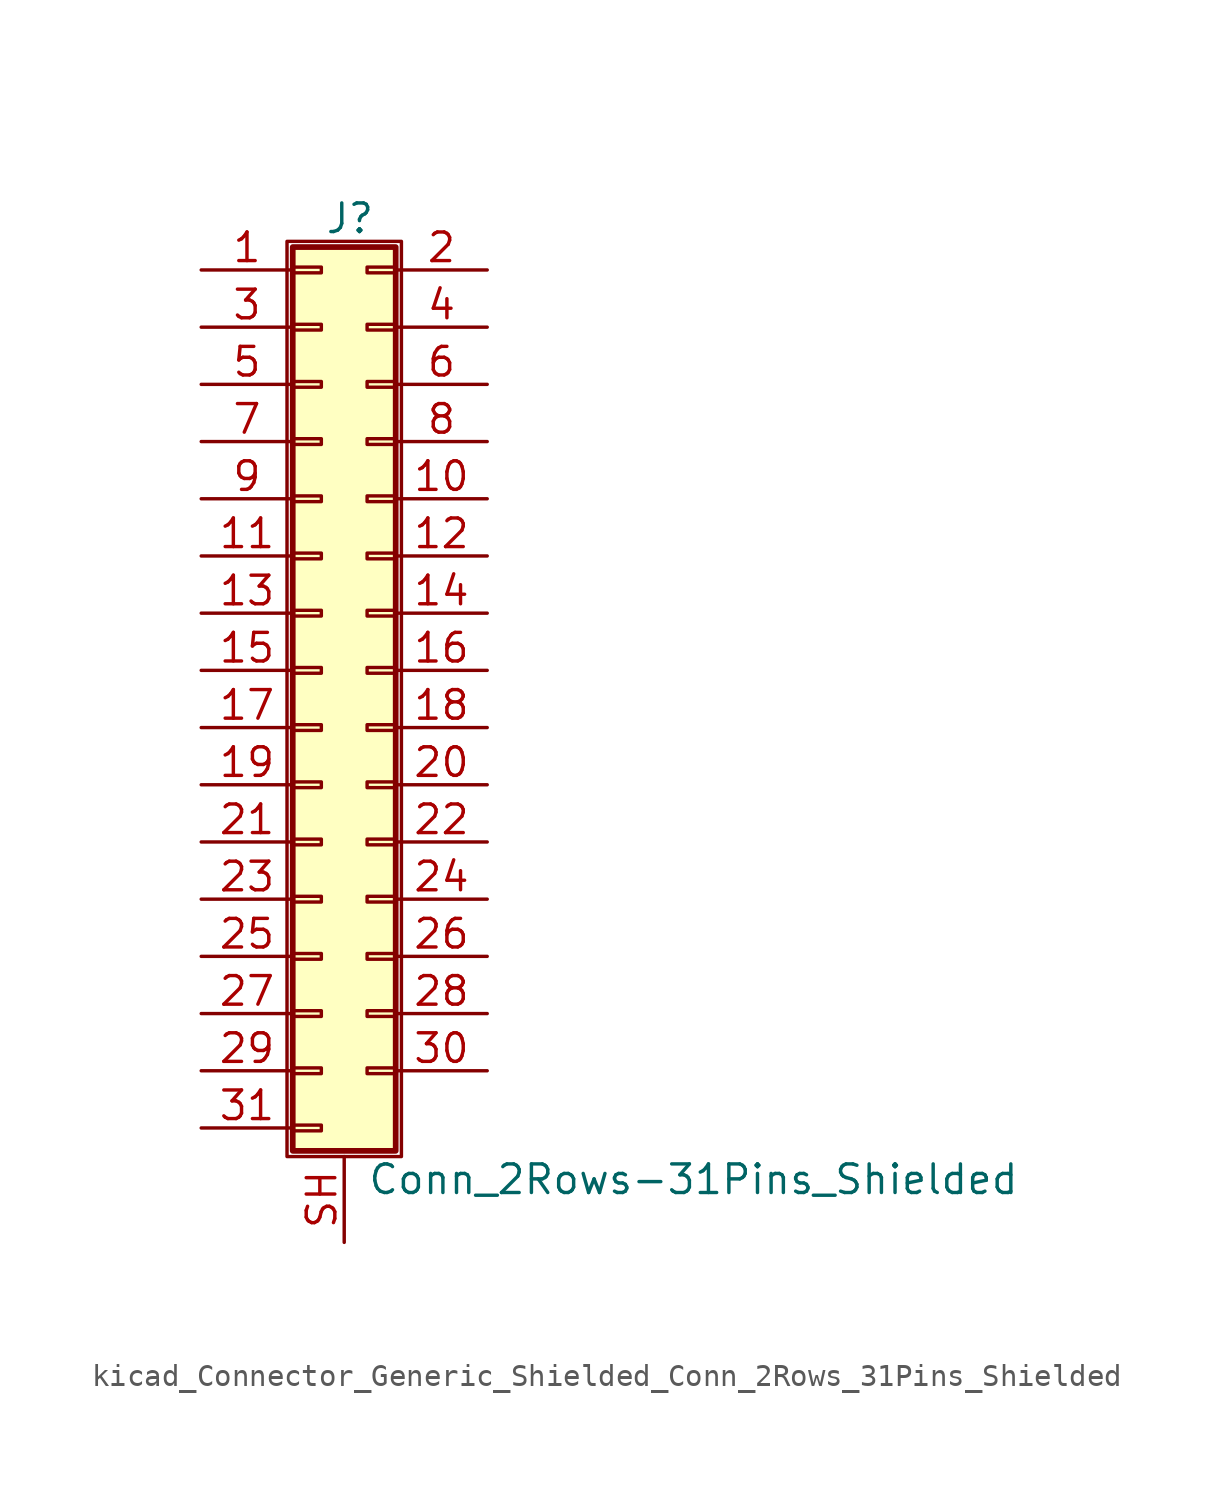
<source format=kicad_sym>
(kicad_symbol_lib
  (version 20220914)
  (generator kicad_symbol_editor)
  (symbol "kicad_Connector_Generic_Shielded_Conn_2Rows_31Pins_Shielded"
    (pin_names
      (offset 1.016) hide)
    (property "Reference" "J"
      (at 1.524 20.066 0)
      (effects (font (size 1.27 1.27))))
    (property "Value" "Conn_2Rows-31Pins_Shielded"
      (at 2.286 -22.606 0)
      (effects (font (size 1.27 1.27)) (justify left)))
    (symbol "kicad_Connector_Generic_Shielded_Conn_2Rows_31Pins_Shielded_1_1"
      (rectangle (start -1.27 19.05) (end 3.81 -21.59) (stroke (width 0.152) (type default)) (fill (type none)))
      (rectangle (start -1.016 -20.193) (end 0.254 -20.447) (stroke (width 0.152) (type default)) (fill (type none)))
      (rectangle (start -1.016 -17.653) (end 0.254 -17.907) (stroke (width 0.152) (type default)) (fill (type none)))
      (rectangle (start -1.016 -15.113) (end 0.254 -15.367) (stroke (width 0.152) (type default)) (fill (type none)))
      (rectangle (start -1.016 -12.573) (end 0.254 -12.827) (stroke (width 0.152) (type default)) (fill (type none)))
      (rectangle (start -1.016 -10.033) (end 0.254 -10.287) (stroke (width 0.152) (type default)) (fill (type none)))
      (rectangle (start -1.016 -7.493) (end 0.254 -7.747) (stroke (width 0.152) (type default)) (fill (type none)))
      (rectangle (start -1.016 -4.953) (end 0.254 -5.207) (stroke (width 0.152) (type default)) (fill (type none)))
      (rectangle (start -1.016 -2.413) (end 0.254 -2.667) (stroke (width 0.152) (type default)) (fill (type none)))
      (rectangle (start -1.016 0.127) (end 0.254 -0.127) (stroke (width 0.152) (type default)) (fill (type none)))
      (rectangle (start -1.016 2.667) (end 0.254 2.413) (stroke (width 0.152) (type default)) (fill (type none)))
      (rectangle (start -1.016 5.207) (end 0.254 4.953) (stroke (width 0.152) (type default)) (fill (type none)))
      (rectangle (start -1.016 7.747) (end 0.254 7.493) (stroke (width 0.152) (type default)) (fill (type none)))
      (rectangle (start -1.016 10.287) (end 0.254 10.033) (stroke (width 0.152) (type default)) (fill (type none)))
      (rectangle (start -1.016 12.827) (end 0.254 12.573) (stroke (width 0.152) (type default)) (fill (type none)))
      (rectangle (start -1.016 15.367) (end 0.254 15.113) (stroke (width 0.152) (type default)) (fill (type none)))
      (rectangle (start -1.016 17.907) (end 0.254 17.653) (stroke (width 0.152) (type default)) (fill (type none)))
      (rectangle (start -1.016 18.796) (end 3.556 -21.336) (stroke (width 0.254) (type default)) (fill (type background)))
      (rectangle (start 3.556 -17.653) (end 2.286 -17.907) (stroke (width 0.152) (type default)) (fill (type none)))
      (rectangle (start 3.556 -15.113) (end 2.286 -15.367) (stroke (width 0.152) (type default)) (fill (type none)))
      (rectangle (start 3.556 -12.573) (end 2.286 -12.827) (stroke (width 0.152) (type default)) (fill (type none)))
      (rectangle (start 3.556 -10.033) (end 2.286 -10.287) (stroke (width 0.152) (type default)) (fill (type none)))
      (rectangle (start 3.556 -7.493) (end 2.286 -7.747) (stroke (width 0.152) (type default)) (fill (type none)))
      (rectangle (start 3.556 -4.953) (end 2.286 -5.207) (stroke (width 0.152) (type default)) (fill (type none)))
      (rectangle (start 3.556 -2.413) (end 2.286 -2.667) (stroke (width 0.152) (type default)) (fill (type none)))
      (rectangle (start 3.556 0.127) (end 2.286 -0.127) (stroke (width 0.152) (type default)) (fill (type none)))
      (rectangle (start 3.556 2.667) (end 2.286 2.413) (stroke (width 0.152) (type default)) (fill (type none)))
      (rectangle (start 3.556 5.207) (end 2.286 4.953) (stroke (width 0.152) (type default)) (fill (type none)))
      (rectangle (start 3.556 7.747) (end 2.286 7.493) (stroke (width 0.152) (type default)) (fill (type none)))
      (rectangle (start 3.556 10.287) (end 2.286 10.033) (stroke (width 0.152) (type default)) (fill (type none)))
      (rectangle (start 3.556 12.827) (end 2.286 12.573) (stroke (width 0.152) (type default)) (fill (type none)))
      (rectangle (start 3.556 15.367) (end 2.286 15.113) (stroke (width 0.152) (type default)) (fill (type none)))
      (rectangle (start 3.556 17.907) (end 2.286 17.653) (stroke (width 0.152) (type default)) (fill (type none)))
      (pin passive line (at -5.08 17.78 0) (length 4.064) (name "Pin_1" (effects (font (size 1.27 1.27)))) (number "1" (effects (font (size 1.27 1.27)))))
      (pin passive line (at 7.62 7.62 180) (length 4.064) (name "Pin_10" (effects (font (size 1.27 1.27)))) (number "10" (effects (font (size 1.27 1.27)))))
      (pin passive line (at -5.08 5.08 0) (length 4.064) (name "Pin_11" (effects (font (size 1.27 1.27)))) (number "11" (effects (font (size 1.27 1.27)))))
      (pin passive line (at 7.62 5.08 180) (length 4.064) (name "Pin_12" (effects (font (size 1.27 1.27)))) (number "12" (effects (font (size 1.27 1.27)))))
      (pin passive line (at -5.08 2.54 0) (length 4.064) (name "Pin_13" (effects (font (size 1.27 1.27)))) (number "13" (effects (font (size 1.27 1.27)))))
      (pin passive line (at 7.62 2.54 180) (length 4.064) (name "Pin_14" (effects (font (size 1.27 1.27)))) (number "14" (effects (font (size 1.27 1.27)))))
      (pin passive line (at -5.08 0 0) (length 4.064) (name "Pin_15" (effects (font (size 1.27 1.27)))) (number "15" (effects (font (size 1.27 1.27)))))
      (pin passive line (at 7.62 0 180) (length 4.064) (name "Pin_16" (effects (font (size 1.27 1.27)))) (number "16" (effects (font (size 1.27 1.27)))))
      (pin passive line (at -5.08 -2.54 0) (length 4.064) (name "Pin_17" (effects (font (size 1.27 1.27)))) (number "17" (effects (font (size 1.27 1.27)))))
      (pin passive line (at 7.62 -2.54 180) (length 4.064) (name "Pin_18" (effects (font (size 1.27 1.27)))) (number "18" (effects (font (size 1.27 1.27)))))
      (pin passive line (at -5.08 -5.08 0) (length 4.064) (name "Pin_19" (effects (font (size 1.27 1.27)))) (number "19" (effects (font (size 1.27 1.27)))))
      (pin passive line (at 7.62 17.78 180) (length 4.064) (name "Pin_2" (effects (font (size 1.27 1.27)))) (number "2" (effects (font (size 1.27 1.27)))))
      (pin passive line (at 7.62 -5.08 180) (length 4.064) (name "Pin_20" (effects (font (size 1.27 1.27)))) (number "20" (effects (font (size 1.27 1.27)))))
      (pin passive line (at -5.08 -7.62 0) (length 4.064) (name "Pin_21" (effects (font (size 1.27 1.27)))) (number "21" (effects (font (size 1.27 1.27)))))
      (pin passive line (at 7.62 -7.62 180) (length 4.064) (name "Pin_22" (effects (font (size 1.27 1.27)))) (number "22" (effects (font (size 1.27 1.27)))))
      (pin passive line (at -5.08 -10.16 0) (length 4.064) (name "Pin_23" (effects (font (size 1.27 1.27)))) (number "23" (effects (font (size 1.27 1.27)))))
      (pin passive line (at 7.62 -10.16 180) (length 4.064) (name "Pin_24" (effects (font (size 1.27 1.27)))) (number "24" (effects (font (size 1.27 1.27)))))
      (pin passive line (at -5.08 -12.7 0) (length 4.064) (name "Pin_25" (effects (font (size 1.27 1.27)))) (number "25" (effects (font (size 1.27 1.27)))))
      (pin passive line (at 7.62 -12.7 180) (length 4.064) (name "Pin_26" (effects (font (size 1.27 1.27)))) (number "26" (effects (font (size 1.27 1.27)))))
      (pin passive line (at -5.08 -15.24 0) (length 4.064) (name "Pin_27" (effects (font (size 1.27 1.27)))) (number "27" (effects (font (size 1.27 1.27)))))
      (pin passive line (at 7.62 -15.24 180) (length 4.064) (name "Pin_28" (effects (font (size 1.27 1.27)))) (number "28" (effects (font (size 1.27 1.27)))))
      (pin passive line (at -5.08 -17.78 0) (length 4.064) (name "Pin_29" (effects (font (size 1.27 1.27)))) (number "29" (effects (font (size 1.27 1.27)))))
      (pin passive line (at -5.08 15.24 0) (length 4.064) (name "Pin_3" (effects (font (size 1.27 1.27)))) (number "3" (effects (font (size 1.27 1.27)))))
      (pin passive line (at 7.62 -17.78 180) (length 4.064) (name "Pin_30" (effects (font (size 1.27 1.27)))) (number "30" (effects (font (size 1.27 1.27)))))
      (pin passive line (at -5.08 -20.32 0) (length 4.064) (name "Pin_31" (effects (font (size 1.27 1.27)))) (number "31" (effects (font (size 1.27 1.27)))))
      (pin passive line (at 7.62 15.24 180) (length 4.064) (name "Pin_4" (effects (font (size 1.27 1.27)))) (number "4" (effects (font (size 1.27 1.27)))))
      (pin passive line (at -5.08 12.7 0) (length 4.064) (name "Pin_5" (effects (font (size 1.27 1.27)))) (number "5" (effects (font (size 1.27 1.27)))))
      (pin passive line (at 7.62 12.7 180) (length 4.064) (name "Pin_6" (effects (font (size 1.27 1.27)))) (number "6" (effects (font (size 1.27 1.27)))))
      (pin passive line (at -5.08 10.16 0) (length 4.064) (name "Pin_7" (effects (font (size 1.27 1.27)))) (number "7" (effects (font (size 1.27 1.27)))))
      (pin passive line (at 7.62 10.16 180) (length 4.064) (name "Pin_8" (effects (font (size 1.27 1.27)))) (number "8" (effects (font (size 1.27 1.27)))))
      (pin passive line (at -5.08 7.62 0) (length 4.064) (name "Pin_9" (effects (font (size 1.27 1.27)))) (number "9" (effects (font (size 1.27 1.27)))))
      (pin passive line (at 1.27 -25.4 90) (length 3.81) (name "Shield" (effects (font (size 1.27 1.27)))) (number "SH" (effects (font (size 1.27 1.27))))))))
</source>
